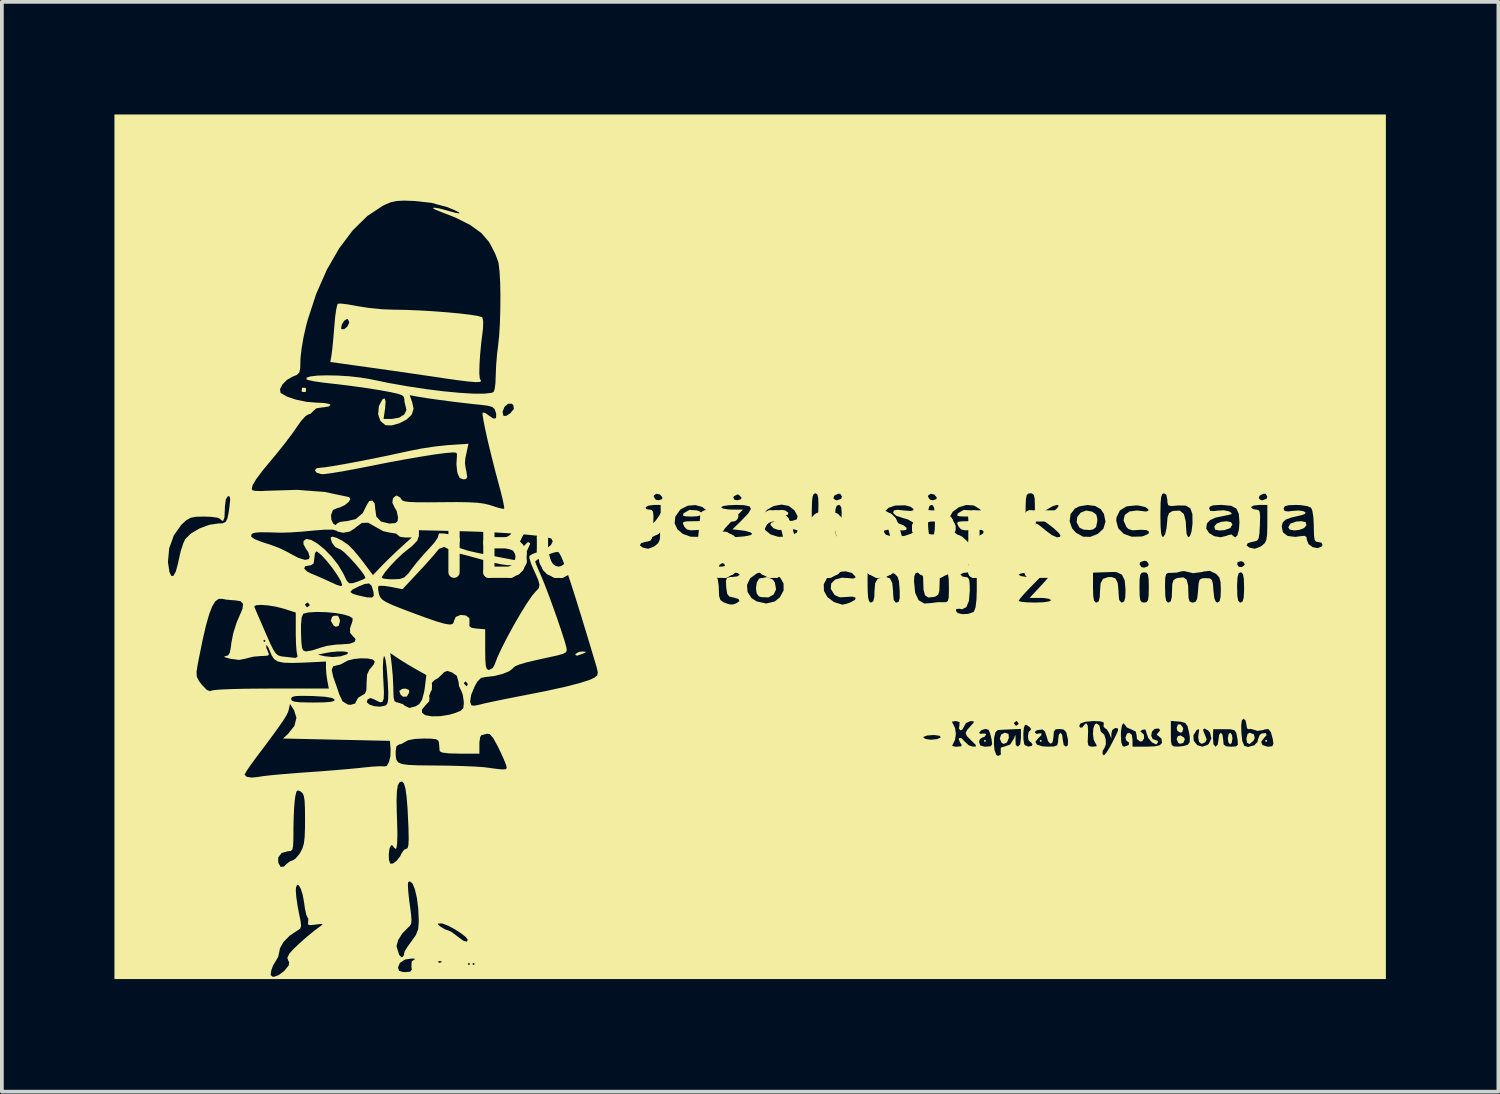
<source format=kicad_pcb>
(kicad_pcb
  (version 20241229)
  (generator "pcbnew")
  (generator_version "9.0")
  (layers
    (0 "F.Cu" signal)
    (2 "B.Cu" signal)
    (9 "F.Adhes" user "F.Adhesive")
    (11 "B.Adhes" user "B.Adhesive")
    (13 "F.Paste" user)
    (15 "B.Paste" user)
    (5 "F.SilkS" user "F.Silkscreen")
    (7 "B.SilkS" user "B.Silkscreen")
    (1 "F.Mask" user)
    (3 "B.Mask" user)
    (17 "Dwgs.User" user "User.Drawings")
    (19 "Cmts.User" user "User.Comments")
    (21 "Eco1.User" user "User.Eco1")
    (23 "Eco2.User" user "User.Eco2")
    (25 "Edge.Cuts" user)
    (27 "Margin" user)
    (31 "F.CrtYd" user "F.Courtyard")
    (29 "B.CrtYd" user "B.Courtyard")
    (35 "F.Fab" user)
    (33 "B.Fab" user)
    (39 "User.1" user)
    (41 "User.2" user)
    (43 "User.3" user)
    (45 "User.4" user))
  (footprint "TB00150008BE"
    (layer "F.Cu")
    (at 16.944 11.523)
    (property "Reference" "TB00150008BE" (at 0 0 0) (layer "F.SilkS") (effects (font (size 1.5 1.5) (thickness 0.3))))
    (attr board_only exclude_from_pos_files exclude_from_bom)
    (fp_poly (pts (xy 6.288 5.173) (xy 6.257 5.204) (xy 6.226 5.173) (xy 6.257 5.142)) (stroke (width 0) (type solid)) (fill yes) (layer "F.SilkS"))
    (fp_poly (pts (xy 7.775 5.173) (xy 7.744 5.204) (xy 7.713 5.173) (xy 7.744 5.142)) (stroke (width 0) (type solid)) (fill yes) (layer "F.SilkS"))
    (fp_poly (pts (xy 13.784 5.173) (xy 13.753 5.204) (xy 13.722 5.173) (xy 13.753 5.142)) (stroke (width 0) (type solid)) (fill yes) (layer "F.SilkS"))
    (fp_poly (pts (xy -11.85 -4.234) (xy -11.836 -4.218) (xy -11.842 -4.137) (xy -11.858 -4.123) (xy -11.939 -4.129) (xy -11.953 -4.145) (xy -11.947 -4.226) (xy -11.931 -4.24)) (stroke (width 0) (type solid)) (fill yes) (layer "F.SilkS"))
    (fp_poly (pts (xy -9.093 3.817) (xy -9.087 3.882) (xy -9.15 3.992) (xy -9.251 3.997) (xy -9.314 3.946) (xy -9.352 3.846) (xy -9.279 3.789) (xy -9.185 3.779)) (stroke (width 0) (type solid)) (fill yes) (layer "F.SilkS"))
    (fp_poly (pts (xy -4.377 2.799) (xy -4.402 2.824) (xy -4.46 2.85) (xy -4.611 2.902) (xy -4.661 2.886) (xy -4.646 2.85) (xy -4.56 2.802) (xy -4.472 2.792)) (stroke (width 0) (type solid)) (fill yes) (layer "F.SilkS"))
    (fp_poly (pts (xy 11.532 4.814) (xy 11.543 4.853) (xy 11.516 4.941) (xy 11.466 4.956) (xy 11.385 4.904) (xy 11.368 4.827) (xy 11.401 4.736) (xy 11.47 4.734)) (stroke (width 0) (type solid)) (fill yes) (layer "F.SilkS"))
    (fp_poly (pts (xy 11.569 5.089) (xy 11.585 5.138) (xy 11.542 5.23) (xy 11.453 5.251) (xy 11.411 5.226) (xy 11.366 5.127) (xy 11.401 5.046) (xy 11.476 5.03)) (stroke (width 0) (type solid)) (fill yes) (layer "F.SilkS"))
    (fp_poly (pts (xy 12.839 5.009) (xy 12.855 5.111) (xy 12.834 5.227) (xy 12.793 5.266) (xy 12.746 5.213) (xy 12.731 5.111) (xy 12.752 4.995) (xy 12.793 4.956)) (stroke (width 0) (type solid)) (fill yes) (layer "F.SilkS"))
    (fp_poly (pts (xy 13.427 5) (xy 13.449 5.102) (xy 13.41 5.176) (xy 13.308 5.259) (xy 13.244 5.225) (xy 13.227 5.111) (xy 13.258 4.988) (xy 13.316 4.956)) (stroke (width 0) (type solid)) (fill yes) (layer "F.SilkS"))
    (fp_poly (pts (xy -10.937 1.941) (xy -10.934 1.989) (xy -10.968 2.11) (xy -11.049 2.133) (xy -11.11 2.091) (xy -11.178 1.97) (xy -11.143 1.868) (xy -11.095 1.838) (xy -10.985 1.837)) (stroke (width 0) (type solid)) (fill yes) (layer "F.SilkS"))
    (fp_poly (pts (xy 6.885 4.987) (xy 6.896 5.091) (xy 6.845 5.215) (xy 6.76 5.255) (xy 6.702 5.226) (xy 6.654 5.114) (xy 6.688 5.006) (xy 6.786 4.956) (xy 6.788 4.956)) (stroke (width 0) (type solid)) (fill yes) (layer "F.SilkS"))
    (fp_poly (pts (xy -1.422 -0.971) (xy -1.368 -0.954) (xy -1.275 -0.896) (xy -1.294 -0.846) (xy -1.414 -0.813) (xy -1.556 -0.805) (xy -1.726 -0.811) (xy -1.793 -0.832) (xy -1.78 -0.88) (xy -1.766 -0.898) (xy -1.62 -0.982)) (stroke (width 0) (type solid)) (fill yes) (layer "F.SilkS"))
    (fp_poly (pts (xy 0.929 -0.969) (xy 1.019 -0.908) (xy 1 -0.851) (xy 0.886 -0.813) (xy 0.774 -0.805) (xy 0.619 -0.819) (xy 0.533 -0.853) (xy 0.527 -0.866) (xy 0.58 -0.926) (xy 0.704 -0.969) (xy 0.847 -0.983)) (stroke (width 0) (type solid)) (fill yes) (layer "F.SilkS"))
    (fp_poly (pts (xy 5.889 -0.971) (xy 5.942 -0.954) (xy 6.036 -0.896) (xy 6.016 -0.846) (xy 5.896 -0.813) (xy 5.754 -0.805) (xy 5.584 -0.811) (xy 5.517 -0.832) (xy 5.531 -0.88) (xy 5.545 -0.898) (xy 5.69 -0.982)) (stroke (width 0) (type solid)) (fill yes) (layer "F.SilkS"))
    (fp_poly (pts (xy 12.814 -0.657) (xy 12.855 -0.599) (xy 12.798 -0.498) (xy 12.638 -0.443) (xy 12.505 -0.434) (xy 12.39 -0.458) (xy 12.371 -0.541) (xy 12.371 -0.542) (xy 12.433 -0.617) (xy 12.558 -0.665) (xy 12.7 -0.68)) (stroke (width 0) (type solid)) (fill yes) (layer "F.SilkS"))
    (fp_poly (pts (xy 14.807 -0.657) (xy 14.826 -0.574) (xy 14.826 -0.573) (xy 14.763 -0.498) (xy 14.638 -0.45) (xy 14.496 -0.435) (xy 14.383 -0.458) (xy 14.342 -0.516) (xy 14.398 -0.617) (xy 14.559 -0.673) (xy 14.692 -0.681)) (stroke (width 0) (type solid)) (fill yes) (layer "F.SilkS"))
    (fp_poly (pts (xy 0.607 0.876) (xy 0.658 0.952) (xy 0.691 1.134) (xy 0.625 1.274) (xy 0.485 1.35) (xy 0.293 1.342) (xy 0.232 1.322) (xy 0.172 1.24) (xy 0.155 1.098) (xy 0.177 0.95) (xy 0.236 0.852) (xy 0.253 0.843) (xy 0.458 0.808)) (stroke (width 0) (type solid)) (fill yes) (layer "F.SilkS"))
    (fp_poly (pts (xy 9.119 -0.935) (xy 9.225 -0.859) (xy 9.254 -0.738) (xy 9.25 -0.666) (xy 9.219 -0.523) (xy 9.138 -0.462) (xy 9.045 -0.446) (xy 8.886 -0.457) (xy 8.781 -0.505) (xy 8.701 -0.651) (xy 8.718 -0.796) (xy 8.81 -0.91) (xy 8.955 -0.965)) (stroke (width 0) (type solid)) (fill yes) (layer "F.SilkS"))
    (fp_poly (pts (xy -7.554 -2.534) (xy -7.592 -2.35) (xy -7.601 -2.224) (xy -7.583 -2.093) (xy -7.562 -1.998) (xy -7.541 -1.86) (xy -7.573 -1.805) (xy -7.643 -1.797) (xy -7.74 -1.831) (xy -7.797 -1.952) (xy -7.81 -2.014) (xy -7.829 -2.198) (xy -7.82 -2.348) (xy -7.819 -2.355) (xy -7.813 -2.468) (xy -7.836 -2.508) (xy -7.926 -2.515) (xy -8.122 -2.498) (xy -8.411 -2.46) (xy -8.777 -2.402) (xy -9.207 -2.328) (xy -9.686 -2.239) (xy -10.191 -2.138) (xy -10.552 -2.068) (xy -10.879 -2.008) (xy -11.15 -1.964) (xy -11.342 -1.938) (xy -11.425 -1.935) (xy -11.557 -1.976) (xy -11.602 -2.04) (xy -11.552 -2.093) (xy -11.46 -2.106) (xy -11.33 -2.119) (xy -11.101 -2.154) (xy -10.796 -2.207) (xy -10.436 -2.274) (xy -10.045 -2.351) (xy -9.645 -2.433) (xy -9.257 -2.517) (xy -9.107 -2.55) (xy -8.774 -2.616) (xy -8.405 -2.672) (xy -8.073 -2.708) (xy -8.029 -2.711) (xy -7.508 -2.745)) (stroke (width 0) (type solid)) (fill yes) (layer "F.SilkS"))
    (fp_poly (pts (xy -10.739 -6.462) (xy -10.516 -6.423) (xy -10.474 -6.415) (xy -10.166 -6.366) (xy -9.813 -6.331) (xy -9.508 -6.319) (xy -9.18 -6.314) (xy -8.818 -6.299) (xy -8.444 -6.277) (xy -8.079 -6.249) (xy -7.746 -6.218) (xy -7.465 -6.185) (xy -7.259 -6.152) (xy -7.149 -6.121) (xy -7.137 -6.112) (xy -7.116 -6.011) (xy -7.119 -5.84) (xy -7.127 -5.761) (xy -7.168 -5.432) (xy -7.198 -5.115) (xy -7.215 -4.836) (xy -7.219 -4.618) (xy -7.207 -4.488) (xy -7.196 -4.464) (xy -7.169 -4.418) (xy -7.205 -4.393) (xy -7.318 -4.388) (xy -7.519 -4.405) (xy -7.82 -4.443) (xy -8.178 -4.494) (xy -8.588 -4.555) (xy -9.068 -4.625) (xy -9.567 -4.697) (xy -10.03 -4.763) (xy -10.148 -4.779) (xy -11.19 -4.925) (xy -11.158 -5.111) (xy -11.139 -5.256) (xy -11.116 -5.484) (xy -11.093 -5.756) (xy -11.088 -5.825) (xy -10.903 -5.825) (xy -10.891 -5.801) (xy -10.82 -5.799) (xy -10.738 -5.867) (xy -10.689 -5.965) (xy -10.687 -5.986) (xy -10.721 -6.063) (xy -10.746 -6.071) (xy -10.82 -6.024) (xy -10.883 -5.922) (xy -10.903 -5.825) (xy -11.088 -5.825) (xy -11.084 -5.871) (xy -11.061 -6.125) (xy -11.032 -6.329) (xy -11.003 -6.454) (xy -10.99 -6.478) (xy -10.908 -6.482)) (stroke (width 0) (type solid)) (fill yes) (layer "F.SilkS"))
    (fp_poly (pts (xy 16.944 -0.000001) (xy 16.944 11.523) (xy -0.000001 11.523) (xy -16.944 11.523) (xy -16.944 11.414) (xy -12.78 11.414) (xy -12.732 11.458) (xy -12.687 11.461) (xy -12.569 11.418) (xy -12.428 11.313) (xy -12.402 11.287) (xy -12.345 11.215) (xy -9.386 11.215) (xy -9.357 11.303) (xy -9.249 11.335) (xy -9.193 11.337) (xy -9.06 11.325) (xy -9.019 11.27) (xy -9.029 11.185) (xy -9.025 11.12) (xy -7.527 11.12) (xy -7.496 11.151) (xy -7.465 11.12) (xy -7.403 11.12) (xy -7.372 11.151) (xy -7.341 11.12) (xy -7.372 11.089) (xy -7.403 11.12) (xy -7.465 11.12) (xy -7.496 11.089) (xy -7.527 11.12) (xy -9.025 11.12) (xy -9.021 11.052) (xy -9.016 11.048) (xy -8.312 11.048) (xy -8.303 11.085) (xy -8.27 11.089) (xy -8.219 11.067) (xy -8.229 11.048) (xy -8.303 11.041) (xy -8.312 11.048) (xy -9.016 11.048) (xy -8.958 11.006) (xy -8.924 10.984) (xy -9.002 10.973) (xy -9.197 11.001) (xy -9.336 11.092) (xy -9.386 11.215) (xy -12.345 11.215) (xy -12.297 11.156) (xy -12.287 11.069) (xy -12.305 11.045) (xy -12.337 10.957) (xy -12.28 10.842) (xy -12.182 10.732) (xy -12.08 10.635) (xy -9.424 10.635) (xy -9.418 10.678) (xy -9.37 10.828) (xy -9.355 10.876) (xy -9.298 10.94) (xy -9.261 10.934) (xy -9.22 10.868) (xy -9.226 10.85) (xy -9.206 10.78) (xy -9.125 10.649) (xy -9.041 10.535) (xy -8.911 10.351) (xy -8.848 10.191) (xy -8.836 10.045) (xy -8.324 10.045) (xy -8.31 10.079) (xy -8.243 10.131) (xy -8.124 10.202) (xy -8.057 10.222) (xy -7.971 10.259) (xy -7.842 10.352) (xy -7.812 10.377) (xy -7.646 10.5) (xy -7.551 10.526) (xy -7.527 10.476) (xy -7.577 10.404) (xy -7.704 10.304) (xy -7.872 10.195) (xy -8.045 10.102) (xy -8.187 10.046) (xy -8.235 10.038) (xy -8.324 10.045) (xy -8.836 10.045) (xy -8.832 9.993) (xy -8.832 9.95) (xy -8.848 9.629) (xy -8.885 9.347) (xy -8.938 9.122) (xy -9.001 8.973) (xy -9.07 8.917) (xy -9.113 8.937) (xy -9.122 9.012) (xy -9.114 9.179) (xy -9.089 9.408) (xy -9.075 9.515) (xy -9.04 9.776) (xy -9.026 9.942) (xy -9.035 10.043) (xy -9.07 10.106) (xy -9.122 10.154) (xy -9.273 10.309) (xy -9.381 10.482) (xy -9.424 10.635) (xy -12.08 10.635) (xy -12.017 10.575) (xy -11.819 10.399) (xy -11.618 10.234) (xy -11.454 10.112) (xy -11.395 10.064) (xy -11.426 10.051) (xy -11.561 10.067) (xy -11.578 10.07) (xy -11.731 10.086) (xy -11.789 10.065) (xy -11.782 10.011) (xy -11.776 9.912) (xy -11.796 9.885) (xy -11.83 9.811) (xy -11.865 9.651) (xy -11.889 9.485) (xy -11.926 9.277) (xy -11.976 9.118) (xy -12.031 9.023) (xy -12.077 9.009) (xy -12.106 9.089) (xy -12.109 9.177) (xy -12.095 9.351) (xy -12.06 9.588) (xy -12.024 9.775) (xy -11.981 9.986) (xy -11.969 10.109) (xy -11.992 10.177) (xy -12.052 10.221) (xy -12.072 10.231) (xy -12.277 10.369) (xy -12.441 10.538) (xy -12.534 10.705) (xy -12.545 10.771) (xy -12.58 10.931) (xy -12.633 11.022) (xy -12.715 11.157) (xy -12.764 11.291) (xy -12.78 11.414) (xy -16.944 11.414) (xy -16.944 8.28) (xy -12.579 8.28) (xy -12.577 8.422) (xy -12.514 8.533) (xy -12.428 8.524) (xy -12.359 8.456) (xy -12.256 8.378) (xy -12.202 8.363) (xy -12.121 8.315) (xy -12.019 8.195) (xy -12.016 8.191) (xy -9.632 8.191) (xy -9.627 8.344) (xy -9.595 8.443) (xy -9.592 8.446) (xy -9.521 8.443) (xy -9.422 8.368) (xy -9.33 8.253) (xy -9.29 8.169) (xy -9.222 8.073) (xy -9.169 8.054) (xy -9.13 8.03) (xy -9.108 7.946) (xy -9.101 7.783) (xy -9.106 7.522) (xy -9.11 7.419) (xy -9.131 6.985) (xy -9.157 6.664) (xy -9.188 6.443) (xy -9.227 6.312) (xy -9.274 6.259) (xy -9.289 6.257) (xy -9.35 6.281) (xy -9.391 6.362) (xy -9.415 6.515) (xy -9.424 6.755) (xy -9.418 7.097) (xy -9.411 7.289) (xy -9.402 7.654) (xy -9.408 7.903) (xy -9.428 8.033) (xy -9.446 8.054) (xy -9.507 8.006) (xy -9.51 7.988) (xy -9.547 7.951) (xy -9.571 7.961) (xy -9.613 8.044) (xy -9.632 8.191) (xy -12.016 8.191) (xy -11.993 8.155) (xy -11.934 8.042) (xy -11.895 7.912) (xy -11.874 7.737) (xy -11.865 7.487) (xy -11.864 7.271) (xy -11.866 6.969) (xy -11.876 6.766) (xy -11.896 6.64) (xy -11.931 6.566) (xy -11.98 6.524) (xy -12.052 6.492) (xy -12.094 6.527) (xy -12.123 6.652) (xy -12.135 6.735) (xy -12.153 6.932) (xy -12.166 7.202) (xy -12.173 7.495) (xy -12.173 7.567) (xy -12.175 7.828) (xy -12.184 7.99) (xy -12.206 8.076) (xy -12.248 8.11) (xy -12.317 8.116) (xy -12.321 8.116) (xy -12.487 8.162) (xy -12.579 8.28) (xy -16.944 8.28) (xy -16.944 6.075) (xy -13.474 6.075) (xy -13.42 6.131) (xy -13.283 6.152) (xy -13.097 6.133) (xy -13.072 6.127) (xy -12.949 6.109) (xy -12.727 6.085) (xy -12.432 6.058) (xy -12.089 6.03) (xy -11.833 6.012) (xy -11.439 5.984) (xy -11.047 5.953) (xy -10.691 5.922) (xy -10.406 5.895) (xy -10.293 5.882) (xy -10.057 5.859) (xy -9.869 5.849) (xy -9.763 5.853) (xy -9.754 5.857) (xy -9.686 5.842) (xy -9.627 5.738) (xy -9.588 5.578) (xy -9.585 5.447) (xy -9.448 5.447) (xy -9.446 5.582) (xy -9.428 5.681) (xy -9.379 5.748) (xy -9.279 5.791) (xy -9.113 5.814) (xy -8.863 5.825) (xy -8.511 5.829) (xy -8.372 5.83) (xy -8.002 5.835) (xy -7.647 5.845) (xy -7.338 5.858) (xy -7.107 5.874) (xy -7.031 5.883) (xy -6.765 5.919) (xy -6.6 5.935) (xy -6.515 5.929) (xy -6.489 5.897) (xy -6.5 5.836) (xy -6.509 5.808) (xy -6.559 5.68) (xy -6.646 5.487) (xy -6.733 5.307) (xy -6.734 5.307) (xy 5.381 5.307) (xy 5.455 5.327) (xy 5.509 5.328) (xy 5.625 5.318) (xy 5.637 5.278) (xy 5.605 5.233) (xy 5.561 5.137) (xy 5.574 5.094) (xy 5.637 5.105) (xy 5.714 5.188) (xy 5.83 5.294) (xy 5.939 5.328) (xy 6.017 5.321) (xy 6.015 5.285) (xy 5.927 5.195) (xy 5.9 5.17) (xy 5.777 5.047) (xy 5.742 4.962) (xy 5.743 4.961) (xy 6.102 4.961) (xy 6.148 4.989) (xy 6.195 4.979) (xy 6.275 4.981) (xy 6.288 5.011) (xy 6.238 5.072) (xy 6.195 5.08) (xy 6.119 5.132) (xy 6.102 5.204) (xy 6.132 5.295) (xy 6.241 5.327) (xy 6.286 5.328) (xy 6.41 5.318) (xy 6.45 5.263) (xy 6.449 5.255) (xy 6.496 5.255) (xy 6.514 5.422) (xy 6.557 5.542) (xy 6.607 5.576) (xy 6.682 5.539) (xy 6.678 5.452) (xy 6.68 5.353) (xy 6.769 5.328) (xy 6.928 5.272) (xy 7.035 5.104) (xy 7.053 5.049) (xy 7.072 5.017) (xy 7.073 5.093) (xy 7.071 5.126) (xy 7.079 5.282) (xy 7.135 5.328) (xy 7.196 5.27) (xy 7.217 5.099) (xy 7.217 5.092) (xy 7.217 4.971) (xy 7.281 4.971) (xy 7.284 5.132) (xy 7.304 5.256) (xy 7.321 5.287) (xy 7.411 5.326) (xy 7.501 5.309) (xy 7.527 5.266) (xy 7.48 5.206) (xy 7.465 5.204) (xy 7.419 5.151) (xy 7.403 5.049) (xy 7.421 4.954) (xy 7.589 4.954) (xy 7.634 4.988) (xy 7.682 4.979) (xy 7.763 4.971) (xy 7.76 5.023) (xy 7.674 5.109) (xy 7.672 5.11) (xy 7.602 5.2) (xy 7.643 5.273) (xy 7.784 5.318) (xy 7.933 5.328) (xy 8.103 5.322) (xy 8.183 5.29) (xy 8.207 5.209) (xy 8.209 5.142) (xy 8.226 5.011) (xy 8.27 4.956) (xy 8.27 4.956) (xy 8.314 5.01) (xy 8.332 5.14) (xy 8.332 5.142) (xy 8.357 5.283) (xy 8.416 5.328) (xy 8.467 5.292) (xy 8.472 5.171) (xy 8.461 5.095) (xy 8.423 4.94) (xy 8.357 4.873) (xy 8.254 4.857) (xy 8.139 4.866) (xy 8.093 4.931) (xy 8.085 5.063) (xy 8.061 5.211) (xy 8.005 5.251) (xy 7.941 5.186) (xy 7.898 5.044) (xy 7.853 4.918) (xy 7.79 4.869) (xy 7.649 4.888) (xy 7.595 4.922) (xy 7.589 4.954) (xy 7.421 4.954) (xy 7.425 4.933) (xy 7.468 4.894) (xy 7.488 4.859) (xy 7.452 4.808) (xy 7.407 4.777) (xy 8.77 4.777) (xy 8.799 4.821) (xy 8.856 4.815) (xy 8.873 4.786) (xy 8.938 4.714) (xy 8.963 4.708) (xy 8.997 4.765) (xy 9.008 4.916) (xy 9.004 5.018) (xy 8.996 5.201) (xy 9.013 5.293) (xy 9.069 5.325) (xy 9.135 5.328) (xy 9.235 5.316) (xy 9.227 5.27) (xy 9.212 5.253) (xy 9.157 5.144) (xy 9.136 4.99) (xy 9.147 4.838) (xy 9.189 4.731) (xy 9.231 4.708) (xy 9.306 4.76) (xy 9.324 4.832) (xy 9.347 4.933) (xy 9.379 4.956) (xy 9.438 5.009) (xy 9.475 5.129) (xy 9.482 5.262) (xy 9.451 5.349) (xy 9.398 5.437) (xy 9.389 5.521) (xy 9.423 5.555) (xy 9.445 5.546) (xy 9.505 5.473) (xy 9.594 5.326) (xy 9.662 5.196) (xy 9.751 5.018) (xy 9.881 5.018) (xy 9.892 5.215) (xy 9.928 5.311) (xy 9.97 5.328) (xy 10.076 5.29) (xy 10.098 5.266) (xy 10.093 5.209) (xy 10.071 5.204) (xy 10.017 5.152) (xy 10.005 5.08) (xy 10.044 4.979) (xy 10.098 4.956) (xy 10.172 5.012) (xy 10.191 5.142) (xy 10.191 5.328) (xy 10.565 5.328) (xy 10.789 5.319) (xy 10.917 5.29) (xy 10.975 5.232) (xy 10.977 5.227) (xy 10.963 5.115) (xy 10.906 5.065) (xy 10.835 5.007) (xy 10.852 4.984) (xy 11.213 4.984) (xy 11.216 5.18) (xy 11.236 5.282) (xy 11.29 5.321) (xy 11.393 5.327) (xy 11.399 5.327) (xy 11.561 5.309) (xy 11.668 5.273) (xy 11.716 5.204) (xy 11.717 5.066) (xy 11.71 5.027) (xy 11.813 5.027) (xy 11.825 5.172) (xy 11.915 5.287) (xy 12.05 5.328) (xy 12.18 5.286) (xy 12.223 5.253) (xy 12.293 5.108) (xy 12.29 5.096) (xy 12.335 5.096) (xy 12.349 5.264) (xy 12.402 5.328) (xy 12.406 5.328) (xy 12.462 5.273) (xy 12.483 5.142) (xy 12.501 5.011) (xy 12.544 4.956) (xy 12.545 4.956) (xy 12.589 5.01) (xy 12.607 5.14) (xy 12.607 5.142) (xy 12.62 5.269) (xy 12.685 5.319) (xy 12.814 5.328) (xy 12.948 5.321) (xy 12.999 5.277) (xy 12.993 5.159) (xy 12.983 5.095) (xy 12.955 4.957) (xy 12.906 4.888) (xy 12.798 4.865) (xy 12.644 4.863) (xy 12.342 4.863) (xy 12.335 5.096) (xy 12.29 5.096) (xy 12.257 4.955) (xy 12.203 4.893) (xy 12.104 4.841) (xy 12.07 4.882) (xy 12.114 4.999) (xy 12.121 5.01) (xy 12.168 5.132) (xy 12.131 5.209) (xy 12.034 5.255) (xy 11.964 5.201) (xy 11.942 5.069) (xy 11.95 5.003) (xy 11.968 4.881) (xy 11.943 4.86) (xy 11.895 4.894) (xy 11.813 5.027) (xy 11.71 5.027) (xy 11.697 4.949) (xy 11.656 4.78) (xy 11.642 4.761) (xy 13.088 4.761) (xy 13.093 4.956) (xy 13.118 5.184) (xy 13.171 5.306) (xy 13.27 5.336) (xy 13.431 5.293) (xy 13.438 5.29) (xy 13.521 5.204) (xy 13.536 5.133) (xy 13.58 5.017) (xy 13.632 4.977) (xy 13.743 4.965) (xy 13.765 5.02) (xy 13.693 5.102) (xy 13.619 5.201) (xy 13.654 5.284) (xy 13.784 5.327) (xy 13.817 5.328) (xy 13.917 5.315) (xy 13.946 5.25) (xy 13.929 5.126) (xy 13.878 4.937) (xy 13.807 4.857) (xy 13.703 4.872) (xy 13.681 4.883) (xy 13.519 4.909) (xy 13.457 4.886) (xy 13.34 4.853) (xy 13.288 4.863) (xy 13.243 4.841) (xy 13.227 4.743) (xy 13.201 4.625) (xy 13.149 4.584) (xy 13.105 4.626) (xy 13.088 4.761) (xy 11.642 4.761) (xy 11.597 4.697) (xy 11.489 4.665) (xy 11.428 4.659) (xy 11.213 4.641) (xy 11.213 4.984) (xy 10.852 4.984) (xy 10.875 4.955) (xy 10.879 4.952) (xy 10.929 4.887) (xy 10.887 4.843) (xy 10.783 4.853) (xy 10.782 4.854) (xy 10.708 4.928) (xy 10.689 5.036) (xy 10.727 5.123) (xy 10.78 5.142) (xy 10.862 5.175) (xy 10.872 5.204) (xy 10.829 5.264) (xy 10.815 5.266) (xy 10.709 5.215) (xy 10.611 5.097) (xy 10.563 4.964) (xy 10.563 4.954) (xy 10.534 4.869) (xy 10.457 4.876) (xy 10.398 4.919) (xy 10.426 4.942) (xy 10.494 5.009) (xy 10.499 5.108) (xy 10.45 5.183) (xy 10.392 5.191) (xy 10.308 5.123) (xy 10.302 5.039) (xy 10.279 4.928) (xy 10.163 4.869) (xy 10.045 4.82) (xy 10.005 4.769) (xy 9.958 4.71) (xy 9.943 4.708) (xy 9.908 4.764) (xy 9.885 4.906) (xy 9.881 5.018) (xy 9.751 5.018) (xy 9.759 5.002) (xy 9.805 4.893) (xy 9.804 4.845) (xy 9.76 4.833) (xy 9.726 4.832) (xy 9.65 4.885) (xy 9.629 4.972) (xy 9.626 5.111) (xy 9.57 4.972) (xy 9.504 4.864) (xy 9.452 4.832) (xy 9.416 4.787) (xy 9.425 4.739) (xy 9.424 4.683) (xy 9.348 4.655) (xy 9.175 4.646) (xy 9.148 4.646) (xy 8.935 4.664) (xy 8.804 4.71) (xy 8.77 4.777) (xy 7.407 4.777) (xy 7.365 4.748) (xy 7.326 4.749) (xy 7.295 4.825) (xy 7.281 4.971) (xy 7.217 4.971) (xy 7.217 4.855) (xy 6.954 4.866) (xy 6.767 4.875) (xy 6.623 4.884) (xy 6.598 4.886) (xy 6.537 4.945) (xy 6.503 5.082) (xy 6.496 5.255) (xy 6.449 5.255) (xy 6.433 5.126) (xy 6.395 4.973) (xy 6.354 4.879) (xy 6.352 4.877) (xy 6.268 4.855) (xy 6.161 4.889) (xy 6.103 4.954) (xy 6.102 4.961) (xy 5.743 4.961) (xy 5.792 4.87) (xy 5.865 4.79) (xy 5.938 4.708) (xy 7.031 4.708) (xy 7.079 4.768) (xy 7.093 4.77) (xy 7.154 4.723) (xy 7.155 4.708) (xy 7.108 4.648) (xy 7.093 4.646) (xy 7.033 4.693) (xy 7.031 4.708) (xy 5.938 4.708) (xy 5.954 4.691) (xy 5.958 4.653) (xy 5.881 4.646) (xy 5.872 4.646) (xy 5.751 4.7) (xy 5.713 4.77) (xy 5.656 4.871) (xy 5.608 4.894) (xy 5.564 4.847) (xy 5.576 4.77) (xy 5.582 4.675) (xy 5.496 4.647) (xy 5.474 4.646) (xy 5.381 4.659) (xy 5.397 4.709) (xy 5.408 4.721) (xy 5.462 4.833) (xy 5.483 4.987) (xy 5.46 5.147) (xy 5.408 5.253) (xy 5.381 5.307) (xy -6.734 5.307) (xy -6.849 5.098) (xy -6.865 5.08) (xy 4.615 5.08) (xy 4.67 5.121) (xy 4.803 5.142) (xy 4.829 5.142) (xy 4.983 5.126) (xy 5.076 5.085) (xy 5.08 5.08) (xy 5.052 5.039) (xy 4.921 5.019) (xy 4.867 5.018) (xy 4.71 5.032) (xy 4.622 5.066) (xy 4.615 5.08) (xy -6.865 5.08) (xy -6.939 4.995) (xy -7.009 4.982) (xy -7.126 5.014) (xy -7.16 5.018) (xy -7.196 5.073) (xy -7.216 5.21) (xy -7.217 5.266) (xy -7.217 5.514) (xy -7.744 5.514) (xy -8.026 5.507) (xy -8.198 5.487) (xy -8.272 5.451) (xy -8.277 5.436) (xy -8.287 5.311) (xy -8.293 5.235) (xy -8.311 5.167) (xy -8.372 5.13) (xy -8.505 5.114) (xy -8.699 5.111) (xy -8.94 5.123) (xy -9.113 5.156) (xy -9.175 5.188) (xy -9.296 5.257) (xy -9.35 5.266) (xy -9.427 5.316) (xy -9.448 5.447) (xy -9.585 5.447) (xy -9.583 5.403) (xy -9.602 5.173) (xy -11.026 5.142) (xy -12.45 5.111) (xy -12.316 4.986) (xy -12.147 4.773) (xy -12.093 4.558) (xy -12.136 4.422) (xy -8.747 4.422) (xy -8.661 4.488) (xy -8.489 4.519) (xy -8.265 4.516) (xy -8.021 4.477) (xy -7.868 4.433) (xy -7.712 4.369) (xy -7.644 4.297) (xy -7.632 4.175) (xy -7.634 4.132) (xy -7.464 4.132) (xy -7.429 4.228) (xy -7.352 4.236) (xy -7.211 4.208) (xy -7.197 4.204) (xy -7.069 4.172) (xy -6.845 4.124) (xy -6.552 4.063) (xy -6.217 3.997) (xy -6.04 3.963) (xy -5.427 3.842) (xy -4.926 3.731) (xy -4.54 3.632) (xy -4.271 3.545) (xy -4.152 3.49) (xy -4.077 3.429) (xy -4.061 3.345) (xy -4.096 3.193) (xy -4.1 3.18) (xy -4.315 2.464) (xy -4.499 1.859) (xy -4.547 1.706) (xy 5.483 1.706) (xy 5.535 1.768) (xy 5.659 1.796) (xy 5.809 1.789) (xy 5.937 1.745) (xy 5.966 1.722) (xy 6.006 1.618) (xy 6.032 1.415) (xy 6.04 1.165) (xy 6.04 0.743) (xy 7.155 0.743) (xy 7.155 0.743) (xy 7.211 0.78) (xy 7.352 0.802) (xy 7.447 0.805) (xy 7.739 0.805) (xy 7.447 1.102) (xy 7.3 1.258) (xy 7.195 1.38) (xy 7.155 1.442) (xy 7.212 1.464) (xy 7.361 1.48) (xy 7.572 1.487) (xy 7.589 1.487) (xy 7.811 1.479) (xy 7.965 1.457) (xy 8.023 1.425) (xy 8.023 1.425) (xy 7.967 1.388) (xy 7.826 1.366) (xy 7.735 1.363) (xy 7.448 1.363) (xy 7.735 1.056) (xy 7.88 0.897) (xy 7.983 0.775) (xy 8.023 0.715) (xy 8.023 0.715) (xy 7.966 0.699) (xy 7.857 0.69) (xy 9.138 0.69) (xy 9.138 1.088) (xy 9.144 1.313) (xy 9.167 1.437) (xy 9.211 1.484) (xy 9.231 1.487) (xy 9.29 1.453) (xy 9.318 1.336) (xy 9.324 1.184) (xy 9.341 0.972) (xy 9.405 0.855) (xy 9.538 0.81) (xy 9.632 0.805) (xy 9.737 0.844) (xy 9.797 0.968) (xy 9.819 1.195) (xy 9.819 1.244) (xy 9.835 1.414) (xy 9.888 1.483) (xy 9.912 1.487) (xy 9.969 1.456) (xy 9.998 1.347) (xy 10.005 1.154) (xy 9.999 1.084) (xy 10.377 1.084) (xy 10.381 1.302) (xy 10.398 1.424) (xy 10.437 1.476) (xy 10.501 1.487) (xy 10.568 1.474) (xy 10.605 1.418) (xy 10.621 1.292) (xy 10.625 1.088) (xy 11.058 1.088) (xy 11.065 1.313) (xy 11.087 1.437) (xy 11.131 1.484) (xy 11.151 1.487) (xy 11.21 1.454) (xy 11.238 1.338) (xy 11.244 1.178) (xy 11.251 0.991) (xy 11.282 0.892) (xy 11.352 0.844) (xy 11.396 0.832) (xy 11.546 0.816) (xy 11.633 0.875) (xy 11.672 1.026) (xy 11.678 1.181) (xy 11.685 1.366) (xy 11.713 1.457) (xy 11.776 1.486) (xy 11.798 1.487) (xy 11.871 1.468) (xy 11.912 1.392) (xy 11.933 1.23) (xy 11.938 1.162) (xy 11.953 0.972) (xy 11.982 0.876) (xy 12.046 0.841) (xy 12.142 0.836) (xy 12.251 0.843) (xy 12.308 0.885) (xy 12.335 0.993) (xy 12.347 1.162) (xy 12.371 1.369) (xy 12.414 1.47) (xy 12.455 1.487) (xy 12.51 1.453) (xy 12.538 1.336) (xy 12.545 1.148) (xy 12.543 1.084) (xy 12.979 1.084) (xy 12.985 1.31) (xy 13.007 1.436) (xy 13.051 1.484) (xy 13.072 1.487) (xy 13.124 1.46) (xy 13.153 1.364) (xy 13.164 1.176) (xy 13.165 1.084) (xy 13.158 0.858) (xy 13.136 0.733) (xy 13.093 0.684) (xy 13.072 0.681) (xy 13.02 0.708) (xy 12.991 0.804) (xy 12.979 0.993) (xy 12.979 1.084) (xy 12.543 1.084) (xy 12.537 0.941) (xy 12.504 0.817) (xy 12.431 0.735) (xy 12.391 0.707) (xy 12.246 0.642) (xy 12.091 0.659) (xy 12.048 0.673) (xy 11.802 0.704) (xy 11.701 0.679) (xy 11.562 0.647) (xy 11.478 0.659) (xy 11.371 0.688) (xy 11.235 0.695) (xy 11.14 0.697) (xy 11.087 0.728) (xy 11.064 0.817) (xy 11.058 0.991) (xy 11.058 1.088) (xy 10.625 1.088) (xy 10.625 1.084) (xy 10.621 0.866) (xy 10.604 0.745) (xy 10.565 0.692) (xy 10.501 0.681) (xy 10.434 0.694) (xy 10.396 0.75) (xy 10.38 0.877) (xy 10.377 1.084) (xy 9.999 1.084) (xy 9.983 0.898) (xy 9.909 0.744) (xy 9.773 0.678) (xy 9.681 0.672) (xy 9.515 0.677) (xy 9.339 0.683) (xy 9.138 0.69) (xy 7.857 0.69) (xy 7.817 0.687) (xy 7.606 0.681) (xy 7.589 0.681) (xy 7.367 0.69) (xy 7.213 0.712) (xy 7.155 0.743) (xy 6.04 0.743) (xy 6.04 0.681) (xy 5.823 0.681) (xy 5.68 0.697) (xy 5.608 0.735) (xy 5.607 0.743) (xy 5.658 0.794) (xy 5.73 0.805) (xy 5.8 0.819) (xy 5.838 0.88) (xy 5.852 1.016) (xy 5.854 1.169) (xy 5.831 1.445) (xy 5.761 1.611) (xy 5.648 1.666) (xy 5.576 1.651) (xy 5.496 1.659) (xy 5.483 1.706) (xy -4.547 1.706) (xy -4.655 1.359) (xy -4.784 0.956) (xy -4.854 0.748) (xy -0.959 0.748) (xy -0.914 0.78) (xy -0.864 0.864) (xy -0.838 1.04) (xy -0.836 1.122) (xy -0.828 1.314) (xy -0.792 1.42) (xy -0.714 1.478) (xy -0.697 1.485) (xy -0.557 1.535) (xy -0.464 1.539) (xy -0.377 1.511) (xy -0.286 1.449) (xy -0.311 1.391) (xy -0.444 1.352) (xy -0.449 1.352) (xy -0.558 1.325) (xy -0.612 1.254) (xy -0.636 1.102) (xy -0.639 1.069) (xy -0.641 1.015) (xy -0.083 1.015) (xy -0.071 1.202) (xy 0.036 1.368) (xy 0.173 1.456) (xy 0.429 1.512) (xy 0.656 1.457) (xy 0.79 1.35) (xy 0.892 1.162) (xy 0.89 0.999) (xy 1.961 0.999) (xy 1.967 1.177) (xy 2.061 1.344) (xy 2.236 1.475) (xy 2.459 1.543) (xy 2.542 1.527) (xy 2.66 1.488) (xy 2.794 1.416) (xy 2.813 1.357) (xy 2.725 1.328) (xy 2.582 1.337) (xy 2.389 1.347) (xy 2.262 1.291) (xy 2.241 1.272) (xy 2.148 1.119) (xy 2.161 0.979) (xy 2.246 0.893) (xy 3.129 0.893) (xy 3.132 1.175) (xy 3.144 1.354) (xy 3.168 1.45) (xy 3.207 1.485) (xy 3.221 1.487) (xy 3.28 1.453) (xy 3.309 1.336) (xy 3.314 1.184) (xy 3.331 0.972) (xy 3.396 0.855) (xy 3.528 0.81) (xy 3.623 0.805) (xy 3.727 0.844) (xy 3.788 0.968) (xy 3.81 1.195) (xy 3.81 1.244) (xy 3.825 1.413) (xy 3.876 1.482) (xy 3.906 1.487) (xy 3.96 1.464) (xy 3.985 1.377) (xy 3.987 1.2) (xy 3.983 1.131) (xy 3.966 0.925) (xy 4.368 0.925) (xy 4.398 1.228) (xy 4.49 1.424) (xy 4.642 1.513) (xy 4.832 1.499) (xy 4.99 1.478) (xy 5.126 1.477) (xy 5.218 1.478) (xy 5.269 1.448) (xy 5.291 1.36) (xy 5.297 1.185) (xy 5.297 1.085) (xy 5.293 0.867) (xy 5.276 0.745) (xy 5.237 0.692) (xy 5.173 0.681) (xy 5.098 0.698) (xy 5.061 0.767) (xy 5.05 0.92) (xy 5.049 0.99) (xy 5.042 1.177) (xy 5.011 1.277) (xy 4.941 1.324) (xy 4.898 1.337) (xy 4.747 1.352) (xy 4.66 1.293) (xy 4.621 1.142) (xy 4.615 0.988) (xy 4.609 0.803) (xy 4.58 0.712) (xy 4.518 0.683) (xy 4.491 0.681) (xy 4.41 0.703) (xy 4.374 0.788) (xy 4.368 0.925) (xy 3.966 0.925) (xy 3.966 0.923) (xy 3.931 0.802) (xy 3.863 0.731) (xy 3.8 0.697) (xy 3.597 0.651) (xy 3.479 0.678) (xy 3.369 0.708) (xy 3.321 0.663) (xy 3.303 0.544) (xy 3.286 0.479) (xy 5.815 0.479) (xy 5.835 0.518) (xy 5.934 0.558) (xy 6.02 0.521) (xy 6.04 0.465) (xy 10.377 0.465) (xy 10.428 0.54) (xy 10.501 0.558) (xy 10.602 0.519) (xy 10.625 0.465) (xy 12.979 0.465) (xy 13.022 0.534) (xy 13.109 0.541) (xy 13.177 0.485) (xy 13.183 0.465) (xy 13.143 0.404) (xy 13.087 0.384) (xy 12.995 0.408) (xy 12.979 0.465) (xy 10.625 0.465) (xy 10.573 0.389) (xy 10.501 0.372) (xy 10.4 0.41) (xy 10.377 0.465) (xy 6.04 0.465) (xy 5.993 0.382) (xy 5.951 0.372) (xy 5.85 0.406) (xy 5.815 0.479) (xy 3.286 0.479) (xy 3.267 0.401) (xy 3.207 0.325) (xy 3.206 0.325) (xy 3.168 0.345) (xy 3.144 0.444) (xy 3.132 0.638) (xy 3.129 0.893) (xy 2.246 0.893) (xy 2.265 0.874) (xy 2.443 0.825) (xy 2.587 0.832) (xy 2.748 0.847) (xy 2.807 0.821) (xy 2.805 0.795) (xy 2.714 0.699) (xy 2.548 0.655) (xy 2.346 0.671) (xy 2.238 0.705) (xy 2.049 0.833) (xy 1.961 0.999) (xy 0.89 0.999) (xy 0.89 0.98) (xy 0.802 0.823) (xy 0.648 0.71) (xy 0.446 0.662) (xy 0.215 0.698) (xy 0.176 0.712) (xy -0.0003 0.84) (xy -0.083 1.015) (xy -0.641 1.015) (xy -0.645 0.904) (xy -0.618 0.828) (xy -0.535 0.806) (xy -0.468 0.805) (xy -0.336 0.788) (xy -0.279 0.745) (xy -0.279 0.743) (xy -0.333 0.7) (xy -0.462 0.681) (xy -0.465 0.681) (xy -0.601 0.662) (xy -0.649 0.59) (xy -0.65 0.558) (xy -0.689 0.457) (xy -0.743 0.434) (xy -0.82 0.485) (xy -0.836 0.552) (xy -0.872 0.669) (xy -0.914 0.707) (xy -0.959 0.748) (xy -4.854 0.748) (xy -4.89 0.642) (xy -4.974 0.411) (xy -5.04 0.254) (xy -5.09 0.165) (xy -5.124 0.136) (xy -5.218 0.15) (xy -5.368 0.201) (xy -5.531 0.27) (xy -5.666 0.34) (xy -5.73 0.392) (xy -5.73 0.396) (xy -5.707 0.46) (xy -5.647 0.604) (xy -5.569 0.782) (xy -5.482 0.993) (xy -5.374 1.275) (xy -5.256 1.596) (xy -5.139 1.927) (xy -5.034 2.236) (xy -4.951 2.493) (xy -4.902 2.666) (xy -4.901 2.673) (xy -4.888 2.756) (xy -4.91 2.812) (xy -4.99 2.855) (xy -5.151 2.899) (xy -5.344 2.941) (xy -5.708 3.022) (xy -5.969 3.084) (xy -6.145 3.135) (xy -6.253 3.179) (xy -6.313 3.222) (xy -6.332 3.248) (xy -6.427 3.32) (xy -6.602 3.39) (xy -6.815 3.444) (xy -7.024 3.469) (xy -7.046 3.469) (xy -7.171 3.495) (xy -7.269 3.591) (xy -7.34 3.715) (xy -7.437 3.95) (xy -7.464 4.132) (xy -7.634 4.132) (xy -7.635 4.112) (xy -7.66 3.943) (xy -7.704 3.827) (xy -7.712 3.817) (xy -7.76 3.711) (xy -7.77 3.631) (xy -7.63 3.631) (xy -7.62 3.655) (xy -7.564 3.714) (xy -7.554 3.717) (xy -7.528 3.669) (xy -7.527 3.655) (xy -7.575 3.596) (xy -7.593 3.593) (xy -7.63 3.631) (xy -7.77 3.631) (xy -7.775 3.591) (xy -7.818 3.441) (xy -7.942 3.351) (xy -8.072 3.308) (xy -8.158 3.342) (xy -8.205 3.394) (xy -8.324 3.504) (xy -8.409 3.551) (xy -8.485 3.625) (xy -8.479 3.685) (xy -8.484 3.81) (xy -8.517 3.87) (xy -8.558 3.979) (xy -8.546 4.033) (xy -8.556 4.121) (xy -8.643 4.213) (xy -8.745 4.334) (xy -8.747 4.422) (xy -12.136 4.422) (xy -12.156 4.355) (xy -12.158 4.352) (xy -12.266 4.187) (xy -12.297 4.339) (xy -12.319 4.409) (xy -12.363 4.499) (xy -12.44 4.624) (xy -12.559 4.796) (xy -12.728 5.03) (xy -12.956 5.337) (xy -13.177 5.63) (xy -13.316 5.821) (xy -13.421 5.975) (xy -13.472 6.065) (xy -13.474 6.075) (xy -16.944 6.075) (xy -16.944 4.055) (xy -12.235 4.055) (xy -12.216 4.101) (xy -12.144 4.129) (xy -11.997 4.145) (xy -11.756 4.15) (xy -11.642 4.151) (xy -11.353 4.147) (xy -11.173 4.133) (xy -11.086 4.107) (xy -11.074 4.073) (xy -11.146 4.029) (xy -11.331 3.998) (xy -11.635 3.979) (xy -11.667 3.978) (xy -11.94 3.973) (xy -12.11 3.979) (xy -12.201 4) (xy -12.234 4.038) (xy -12.235 4.055) (xy -16.944 4.055) (xy -16.944 3.336) (xy -14.756 3.336) (xy -14.748 3.465) (xy -14.688 3.58) (xy -14.612 3.681) (xy -14.48 3.818) (xy -14.392 3.849) (xy -14.377 3.839) (xy -14.298 3.821) (xy -14.107 3.805) (xy -13.819 3.793) (xy -13.445 3.784) (xy -12.999 3.78) (xy -12.773 3.779) (xy -11.229 3.779) (xy -11.267 3.585) (xy -11.296 3.387) (xy -11.303 3.283) (xy -11.152 3.283) (xy -11.115 3.46) (xy -11.086 3.543) (xy -11.018 3.735) (xy -10.964 3.895) (xy -10.952 3.934) (xy -10.862 4.122) (xy -10.723 4.205) (xy -10.648 4.213) (xy -10.529 4.178) (xy -10.513 4.145) (xy -10.217 4.145) (xy -10.144 4.207) (xy -10.016 4.249) (xy -9.868 4.262) (xy -9.734 4.235) (xy -9.704 4.22) (xy -9.667 4.17) (xy -9.648 4.066) (xy -9.645 3.888) (xy -9.658 3.614) (xy -9.666 3.502) (xy -9.69 3.219) (xy -9.717 3.021) (xy -9.744 2.922) (xy -9.763 2.92) (xy -9.781 3.016) (xy -9.789 3.202) (xy -9.783 3.447) (xy -9.776 3.577) (xy -9.761 3.866) (xy -9.767 4.047) (xy -9.8 4.135) (xy -9.867 4.145) (xy -9.976 4.092) (xy -10.004 4.075) (xy -10.119 4.03) (xy -10.2 4.073) (xy -10.217 4.145) (xy -10.513 4.145) (xy -10.501 4.118) (xy -10.449 4.026) (xy -10.358 3.969) (xy -10.269 3.917) (xy -10.229 3.825) (xy -10.224 3.654) (xy -10.224 3.631) (xy -10.211 3.411) (xy -10.147 3.272) (xy -10.12 3.244) (xy -10.031 3.133) (xy -10.005 3.057) (xy -10.059 3.005) (xy -10.197 2.977) (xy -10.379 2.973) (xy -10.568 2.992) (xy -10.726 3.033) (xy -10.783 3.065) (xy -10.92 3.138) (xy -11.008 3.158) (xy -11.117 3.187) (xy -11.152 3.283) (xy -11.303 3.283) (xy -11.306 3.226) (xy -11.306 3.059) (xy -11.861 3.086) (xy -12.197 3.097) (xy -12.433 3.09) (xy -12.589 3.057) (xy -12.69 2.992) (xy -12.757 2.888) (xy -12.785 2.816) (xy -12.843 2.682) (xy -12.889 2.622) (xy -12.897 2.623) (xy -12.895 2.694) (xy -12.858 2.782) (xy -12.824 2.865) (xy -12.858 2.902) (xy -12.984 2.911) (xy -13.036 2.912) (xy -13.237 2.929) (xy -13.411 2.971) (xy -13.431 2.979) (xy -13.623 3.016) (xy -13.852 2.986) (xy -13.984 2.95) (xy -14.023 2.925) (xy -13.994 2.918) (xy -13.917 2.897) (xy -13.87 2.825) (xy -13.84 2.671) (xy -13.828 2.564) (xy -13.817 2.509) (xy -12.979 2.509) (xy -12.948 2.54) (xy -12.917 2.509) (xy -12.948 2.478) (xy -12.979 2.509) (xy -13.817 2.509) (xy -13.777 2.303) (xy -13.687 2.019) (xy -13.625 1.875) (xy -13.532 1.657) (xy -13.524 1.592) (xy -13.218 1.592) (xy -13.216 1.598) (xy -13.185 1.672) (xy -13.115 1.835) (xy -13.017 2.06) (xy -12.924 2.277) (xy -12.804 2.551) (xy -12.716 2.732) (xy -12.646 2.84) (xy -12.578 2.896) (xy -12.495 2.921) (xy -12.428 2.929) (xy -12.255 2.948) (xy -12.129 2.962) (xy -12.12 2.963) (xy -12.064 2.932) (xy -12.074 2.876) (xy -12.074 2.875) (xy -11.523 2.875) (xy -11.337 2.918) (xy -11.131 2.939) (xy -10.92 2.92) (xy -10.757 2.869) (xy -10.721 2.843) (xy -10.724 2.832) (xy -9.591 2.832) (xy -9.551 3.166) (xy -9.526 3.438) (xy -9.512 3.727) (xy -9.51 3.825) (xy -9.503 4.018) (xy -9.477 4.116) (xy -9.42 4.149) (xy -9.393 4.151) (xy -9.257 4.194) (xy -9.205 4.237) (xy -9.083 4.296) (xy -8.915 4.252) (xy -8.819 4.191) (xy -8.746 4.078) (xy -8.69 3.874) (xy -8.673 3.767) (xy -8.63 3.42) (xy -8.93 3.251) (xy -9.139 3.129) (xy -9.333 3.008) (xy -9.411 2.957) (xy -9.591 2.832) (xy -10.724 2.832) (xy -10.731 2.808) (xy -10.833 2.791) (xy -10.997 2.791) (xy -11.191 2.81) (xy -11.314 2.832) (xy -11.523 2.875) (xy -12.074 2.875) (xy -12.091 2.77) (xy -12.105 2.578) (xy -12.111 2.335) (xy -12.111 2.266) (xy -12.111 2.082) (xy -11.972 2.082) (xy -11.971 2.31) (xy -11.961 2.551) (xy -11.944 2.694) (xy -11.912 2.764) (xy -11.857 2.786) (xy -11.825 2.787) (xy -11.681 2.764) (xy -11.498 2.706) (xy -11.471 2.695) (xy -11.275 2.64) (xy -11.03 2.607) (xy -10.909 2.602) (xy -10.675 2.585) (xy -10.542 2.536) (xy -10.517 2.462) (xy -10.592 2.379) (xy -10.662 2.295) (xy -10.665 2.175) (xy -10.601 1.984) (xy -10.597 1.975) (xy -10.597 1.906) (xy -10.679 1.852) (xy -10.834 1.805) (xy -11.053 1.766) (xy -11.307 1.743) (xy -11.559 1.737) (xy -11.77 1.75) (xy -11.902 1.781) (xy -11.909 1.785) (xy -11.952 1.876) (xy -11.972 2.082) (xy -12.111 2.082) (xy -12.111 1.753) (xy -12.428 1.651) (xy -12.634 1.598) (xy -12.847 1.563) (xy -13.036 1.549) (xy -13.17 1.558) (xy -13.218 1.592) (xy -13.524 1.592) (xy -13.519 1.549) (xy -11.864 1.549) (xy -11.817 1.609) (xy -11.802 1.611) (xy -11.742 1.564) (xy -11.74 1.549) (xy -11.787 1.489) (xy -11.802 1.487) (xy -11.862 1.534) (xy -11.864 1.549) (xy -13.519 1.549) (xy -13.516 1.521) (xy -13.585 1.45) (xy -13.745 1.426) (xy -13.784 1.425) (xy -13.964 1.409) (xy -14.069 1.388) (xy -14.165 1.389) (xy -14.253 1.451) (xy -14.337 1.586) (xy -14.42 1.801) (xy -14.507 2.109) (xy -14.601 2.518) (xy -14.706 3.038) (xy -14.725 3.14) (xy -14.756 3.336) (xy -16.944 3.336) (xy -16.944 1.205) (xy -10.656 1.205) (xy -10.59 1.255) (xy -10.426 1.302) (xy -10.205 1.349) (xy -10.08 1.353) (xy -10.032 1.31) (xy -10.038 1.213) (xy -10.043 1.193) (xy -10.06 1.137) (xy -9.916 1.137) (xy -9.891 1.269) (xy -9.861 1.344) (xy -9.803 1.41) (xy -9.697 1.477) (xy -9.525 1.557) (xy -9.265 1.66) (xy -9.073 1.733) (xy -8.67 1.882) (xy -8.368 1.987) (xy -8.154 2.049) (xy -8.013 2.073) (xy -7.934 2.061) (xy -7.902 2.016) (xy -7.899 1.988) (xy -7.847 1.87) (xy -7.717 1.816) (xy -7.574 1.832) (xy -7.484 1.903) (xy -7.481 2.016) (xy -7.484 2.115) (xy -7.423 2.161) (xy -7.286 2.181) (xy -7.062 2.199) (xy -7.062 2.741) (xy -7.059 3.005) (xy -7.047 3.167) (xy -7.022 3.252) (xy -6.979 3.282) (xy -6.958 3.283) (xy -6.861 3.231) (xy -6.812 3.144) (xy -6.738 2.949) (xy -6.617 2.69) (xy -6.464 2.391) (xy -6.293 2.078) (xy -6.118 1.776) (xy -5.953 1.51) (xy -5.812 1.304) (xy -5.709 1.185) (xy -5.706 1.182) (xy -5.635 1.106) (xy -5.615 1.017) (xy -5.649 0.884) (xy -5.739 0.678) (xy -5.763 0.628) (xy -5.842 0.444) (xy -5.884 0.302) (xy -5.884 0.246) (xy -5.807 0.195) (xy -5.657 0.138) (xy -5.605 0.123) (xy -5.432 0.051) (xy -5.32 -0.038) (xy -2.94 -0.038) (xy -2.865 0.021) (xy -2.72 0.053) (xy -2.584 0.005) (xy -2.523 -0.034) (xy -2.453 -0.097) (xy -2.412 -0.182) (xy -2.391 -0.322) (xy -2.385 -0.548) (xy -2.385 -0.623) (xy -2.385 -0.625) (xy -2.013 -0.625) (xy -1.94 -0.466) (xy -1.792 -0.341) (xy -1.586 -0.268) (xy -1.336 -0.264) (xy -1.224 -0.287) (xy -1.115 -0.345) (xy -1.084 -0.401) (xy -1.128 -0.447) (xy -1.269 -0.457) (xy -1.388 -0.448) (xy -1.577 -0.438) (xy -1.685 -0.461) (xy -1.749 -0.528) (xy -1.762 -0.55) (xy -1.793 -0.623) (xy -1.774 -0.662) (xy -1.681 -0.678) (xy -1.49 -0.681) (xy -1.458 -0.681) (xy -1.246 -0.687) (xy -1.131 -0.71) (xy -1.088 -0.756) (xy -1.084 -0.785) (xy -1.137 -0.947) (xy -1.266 -1.053) (xy -0.774 -1.053) (xy -0.719 -1.017) (xy -0.578 -0.995) (xy -0.482 -0.991) (xy -0.191 -0.991) (xy -0.482 -0.695) (xy -0.668 -0.496) (xy -0.756 -0.366) (xy -0.743 -0.291) (xy -0.625 -0.259) (xy -0.398 -0.259) (xy -0.356 -0.26) (xy -0.147 -0.278) (xy 0.003 -0.307) (xy 0.062 -0.34) (xy 0.062 -0.341) (xy 0.007 -0.385) (xy -0.132 -0.423) (xy -0.205 -0.434) (xy -0.472 -0.465) (xy -0.305 -0.627) (xy 0.315 -0.627) (xy 0.391 -0.454) (xy 0.546 -0.328) (xy 0.756 -0.263) (xy 1 -0.275) (xy 1.111 -0.308) (xy 1.245 -0.379) (xy 1.265 -0.434) (xy 1.179 -0.464) (xy 0.997 -0.456) (xy 0.992 -0.455) (xy 0.752 -0.447) (xy 0.62 -0.495) (xy 0.539 -0.585) (xy 0.559 -0.643) (xy 0.687 -0.674) (xy 0.898 -0.681) (xy 1.128 -0.692) (xy 1.246 -0.732) (xy 1.264 -0.813) (xy 1.255 -0.831) (xy 1.642 -0.831) (xy 1.646 -0.543) (xy 1.66 -0.363) (xy 1.686 -0.276) (xy 1.719 -0.263) (xy 1.763 -0.335) (xy 1.795 -0.521) (xy 1.804 -0.676) (xy 2.261 -0.676) (xy 2.268 -0.435) (xy 2.288 -0.302) (xy 2.327 -0.261) (xy 2.339 -0.263) (xy 2.388 -0.341) (xy 2.398 -0.398) (xy 3.562 -0.398) (xy 3.616 -0.322) (xy 3.752 -0.279) (xy 3.934 -0.269) (xy 4.126 -0.293) (xy 4.29 -0.349) (xy 4.36 -0.399) (xy 4.42 -0.52) (xy 4.366 -0.633) (xy 4.215 -0.723) (xy 4.739 -0.723) (xy 4.745 -0.512) (xy 4.761 -0.355) (xy 4.781 -0.289) (xy 4.851 -0.249) (xy 4.896 -0.304) (xy 4.92 -0.465) (xy 4.925 -0.681) (xy 4.925 -0.691) (xy 5.297 -0.691) (xy 5.335 -0.534) (xy 5.428 -0.393) (xy 5.541 -0.314) (xy 5.571 -0.31) (xy 5.653 -0.267) (xy 5.771 -0.16) (xy 5.804 -0.124) (xy 5.918 0.001) (xy 5.993 0.052) (xy 6.067 0.046) (xy 6.128 0.024) (xy 6.213 -0.038) (xy 13.23 -0.038) (xy 13.304 0.021) (xy 13.449 0.053) (xy 13.585 0.005) (xy 13.646 -0.034) (xy 13.716 -0.097) (xy 13.758 -0.182) (xy 13.778 -0.322) (xy 13.784 -0.545) (xy 14.168 -0.545) (xy 14.199 -0.386) (xy 14.326 -0.288) (xy 14.529 -0.263) (xy 14.627 -0.276) (xy 14.769 -0.293) (xy 14.827 -0.261) (xy 14.837 -0.187) (xy 14.883 -0.07) (xy 14.992 0.009) (xy 15.12 0.037) (xy 15.226 -0.001) (xy 15.257 -0.05) (xy 15.226 -0.109) (xy 15.152 -0.124) (xy 15.084 -0.135) (xy 15.045 -0.185) (xy 15.028 -0.302) (xy 15.023 -0.513) (xy 15.023 -0.545) (xy 15.012 -0.786) (xy 14.983 -0.964) (xy 14.949 -1.041) (xy 14.848 -1.083) (xy 14.671 -1.11) (xy 14.546 -1.115) (xy 14.348 -1.107) (xy 14.247 -1.078) (xy 14.218 -1.019) (xy 14.218 -1.017) (xy 14.242 -0.955) (xy 14.335 -0.941) (xy 14.45 -0.955) (xy 14.617 -0.967) (xy 14.742 -0.949) (xy 14.804 -0.914) (xy 14.782 -0.872) (xy 14.679 -0.838) (xy 14.431 -0.781) (xy 14.281 -0.727) (xy 14.202 -0.659) (xy 14.17 -0.564) (xy 14.168 -0.545) (xy 13.784 -0.545) (xy 13.784 -0.548) (xy 13.784 -0.623) (xy 13.784 -1.115) (xy 13.567 -1.115) (xy 13.424 -1.1) (xy 13.352 -1.061) (xy 13.35 -1.053) (xy 13.402 -1.003) (xy 13.477 -0.991) (xy 13.544 -0.981) (xy 13.58 -0.933) (xy 13.592 -0.819) (xy 13.587 -0.612) (xy 13.586 -0.573) (xy 13.573 -0.351) (xy 13.552 -0.224) (xy 13.51 -0.163) (xy 13.434 -0.14) (xy 13.397 -0.135) (xy 13.264 -0.097) (xy 13.23 -0.038) (xy 6.213 -0.038) (xy 6.218 -0.042) (xy 6.196 -0.104) (xy 6.102 -0.124) (xy 6.002 -0.152) (xy 5.978 -0.192) (xy 6.03 -0.26) (xy 6.102 -0.292) (xy 6.203 -0.35) (xy 6.226 -0.401) (xy 6.182 -0.447) (xy 6.041 -0.457) (xy 5.922 -0.448) (xy 5.733 -0.438) (xy 5.626 -0.461) (xy 5.561 -0.528) (xy 5.549 -0.55) (xy 5.517 -0.623) (xy 5.536 -0.662) (xy 5.629 -0.678) (xy 5.82 -0.681) (xy 5.852 -0.681) (xy 6.092 -0.698) (xy 6.217 -0.752) (xy 6.23 -0.847) (xy 6.209 -0.878) (xy 7.341 -0.878) (xy 7.346 -0.628) (xy 7.358 -0.428) (xy 7.375 -0.307) (xy 7.384 -0.288) (xy 7.471 -0.26) (xy 7.545 -0.335) (xy 7.578 -0.454) (xy 7.603 -0.575) (xy 7.631 -0.62) (xy 7.694 -0.582) (xy 7.814 -0.488) (xy 7.877 -0.434) (xy 8.044 -0.31) (xy 8.179 -0.251) (xy 8.259 -0.264) (xy 8.27 -0.302) (xy 8.225 -0.369) (xy 8.111 -0.476) (xy 8.043 -0.531) (xy 7.845 -0.682) (xy 8.515 -0.682) (xy 8.579 -0.492) (xy 8.682 -0.376) (xy 8.872 -0.269) (xy 9.065 -0.264) (xy 9.265 -0.342) (xy 9.414 -0.48) (xy 9.471 -0.669) (xy 9.466 -0.691) (xy 9.757 -0.691) (xy 9.812 -0.49) (xy 9.958 -0.344) (xy 10.171 -0.268) (xy 10.427 -0.273) (xy 10.485 -0.287) (xy 10.613 -0.344) (xy 10.632 -0.404) (xy 10.557 -0.446) (xy 10.401 -0.453) (xy 10.367 -0.449) (xy 10.185 -0.439) (xy 10.076 -0.477) (xy 10.027 -0.529) (xy 9.951 -0.703) (xy 9.98 -0.831) (xy 10.934 -0.831) (xy 10.939 -0.543) (xy 10.953 -0.363) (xy 10.978 -0.276) (xy 11.012 -0.263) (xy 11.062 -0.337) (xy 11.098 -0.5) (xy 11.108 -0.603) (xy 11.126 -0.793) (xy 11.164 -0.895) (xy 11.24 -0.944) (xy 11.284 -0.957) (xy 11.453 -0.963) (xy 11.56 -0.873) (xy 11.61 -0.68) (xy 11.616 -0.545) (xy 11.632 -0.345) (xy 11.67 -0.258) (xy 11.719 -0.279) (xy 11.763 -0.403) (xy 11.773 -0.484) (xy 12.156 -0.484) (xy 12.232 -0.366) (xy 12.369 -0.283) (xy 12.536 -0.253) (xy 12.704 -0.293) (xy 12.729 -0.307) (xy 12.83 -0.328) (xy 12.862 -0.299) (xy 12.928 -0.249) (xy 12.986 -0.305) (xy 13.026 -0.449) (xy 13.041 -0.652) (xy 13.024 -0.88) (xy 12.958 -1.019) (xy 12.821 -1.091) (xy 12.589 -1.114) (xy 12.518 -1.115) (xy 12.335 -1.104) (xy 12.249 -1.065) (xy 12.235 -1.019) (xy 12.262 -0.958) (xy 12.361 -0.95) (xy 12.447 -0.963) (xy 12.625 -0.973) (xy 12.766 -0.943) (xy 12.771 -0.94) (xy 12.841 -0.891) (xy 12.805 -0.862) (xy 12.73 -0.845) (xy 12.544 -0.806) (xy 12.408 -0.778) (xy 12.258 -0.709) (xy 12.174 -0.62) (xy 12.156 -0.484) (xy 11.773 -0.484) (xy 11.79 -0.614) (xy 11.787 -0.87) (xy 11.732 -1.026) (xy 11.611 -1.097) (xy 11.41 -1.101) (xy 11.386 -1.098) (xy 11.22 -1.085) (xy 11.144 -1.106) (xy 11.121 -1.182) (xy 11.12 -1.247) (xy 11.111 -1.291) (xy 13.555 -1.291) (xy 13.618 -1.242) (xy 13.655 -1.239) (xy 13.762 -1.278) (xy 13.784 -1.336) (xy 13.738 -1.411) (xy 13.681 -1.414) (xy 13.578 -1.362) (xy 13.555 -1.291) (xy 11.111 -1.291) (xy 11.092 -1.389) (xy 11.027 -1.425) (xy 10.983 -1.404) (xy 10.955 -1.327) (xy 10.94 -1.174) (xy 10.935 -0.924) (xy 10.934 -0.831) (xy 9.98 -0.831) (xy 9.983 -0.847) (xy 10.108 -0.94) (xy 10.31 -0.967) (xy 10.393 -0.958) (xy 10.551 -0.939) (xy 10.613 -0.96) (xy 10.612 -1) (xy 10.533 -1.059) (xy 10.361 -1.097) (xy 10.298 -1.103) (xy 10.036 -1.078) (xy 9.855 -0.969) (xy 9.765 -0.784) (xy 9.757 -0.691) (xy 9.466 -0.691) (xy 9.43 -0.873) (xy 9.344 -1.003) (xy 9.195 -1.088) (xy 8.988 -1.113) (xy 8.776 -1.078) (xy 8.656 -1.019) (xy 8.54 -0.871) (xy 8.515 -0.682) (xy 7.845 -0.682) (xy 7.816 -0.704) (xy 8.053 -0.91) (xy 8.185 -1.031) (xy 8.225 -1.095) (xy 8.183 -1.115) (xy 8.171 -1.115) (xy 8.054 -1.077) (xy 7.895 -0.982) (xy 7.82 -0.925) (xy 7.589 -0.734) (xy 7.589 -1.08) (xy 7.584 -1.278) (xy 7.561 -1.382) (xy 7.51 -1.421) (xy 7.465 -1.425) (xy 7.406 -1.415) (xy 7.369 -1.371) (xy 7.35 -1.268) (xy 7.342 -1.083) (xy 7.341 -0.878) (xy 6.209 -0.878) (xy 6.136 -0.988) (xy 6.124 -1.002) (xy 5.961 -1.101) (xy 5.762 -1.114) (xy 5.563 -1.053) (xy 5.399 -0.934) (xy 5.306 -0.768) (xy 5.297 -0.691) (xy 4.925 -0.691) (xy 4.92 -0.917) (xy 4.9 -1.052) (xy 4.861 -1.109) (xy 4.832 -1.115) (xy 4.779 -1.088) (xy 4.751 -0.99) (xy 4.74 -0.799) (xy 4.739 -0.723) (xy 4.215 -0.723) (xy 4.209 -0.726) (xy 4.067 -0.768) (xy 3.887 -0.828) (xy 3.811 -0.904) (xy 3.81 -0.916) (xy 3.834 -0.97) (xy 3.925 -0.986) (xy 4.094 -0.969) (xy 4.272 -0.953) (xy 4.349 -0.972) (xy 4.352 -1.007) (xy 4.279 -1.065) (xy 4.136 -1.103) (xy 4.122 -1.104) (xy 3.867 -1.099) (xy 3.689 -1.039) (xy 3.593 -0.943) (xy 3.588 -0.832) (xy 3.682 -0.725) (xy 3.881 -0.64) (xy 3.938 -0.627) (xy 4.085 -0.575) (xy 4.167 -0.506) (xy 4.17 -0.501) (xy 4.161 -0.452) (xy 4.076 -0.435) (xy 3.892 -0.446) (xy 3.88 -0.447) (xy 3.68 -0.457) (xy 3.581 -0.435) (xy 3.562 -0.398) (xy 2.398 -0.398) (xy 2.422 -0.527) (xy 2.434 -0.702) (xy 2.439 -0.928) (xy 2.427 -1.055) (xy 2.391 -1.108) (xy 2.357 -1.115) (xy 2.306 -1.092) (xy 2.276 -1.007) (xy 2.263 -0.836) (xy 2.261 -0.676) (xy 1.804 -0.676) (xy 1.813 -0.825) (xy 1.814 -0.857) (xy 1.82 -1.129) (xy 1.814 -1.291) (xy 2.217 -1.291) (xy 2.281 -1.242) (xy 2.318 -1.239) (xy 2.425 -1.278) (xy 2.447 -1.336) (xy 4.739 -1.336) (xy 4.791 -1.256) (xy 4.868 -1.239) (xy 4.963 -1.269) (xy 4.972 -1.316) (xy 4.905 -1.394) (xy 4.811 -1.413) (xy 4.746 -1.369) (xy 4.739 -1.336) (xy 2.447 -1.336) (xy 2.401 -1.411) (xy 2.344 -1.414) (xy 2.241 -1.362) (xy 2.217 -1.291) (xy 1.814 -1.291) (xy 1.814 -1.3) (xy 1.793 -1.39) (xy 1.754 -1.423) (xy 1.737 -1.425) (xy 1.692 -1.405) (xy 1.663 -1.333) (xy 1.648 -1.187) (xy 1.642 -0.945) (xy 1.642 -0.831) (xy 1.255 -0.831) (xy 1.193 -0.948) (xy 1.174 -0.977) (xy 1.027 -1.09) (xy 0.831 -1.124) (xy 0.624 -1.085) (xy 0.445 -0.982) (xy 0.339 -0.832) (xy 0.315 -0.627) (xy -0.305 -0.627) (xy -0.221 -0.71) (xy -0.048 -0.891) (xy 0.021 -1.01) (xy -0.018 -1.078) (xy -0.169 -1.109) (xy -0.372 -1.115) (xy -0.582 -1.106) (xy -0.726 -1.083) (xy -0.774 -1.053) (xy -1.266 -1.053) (xy -1.272 -1.059) (xy -1.457 -1.111) (xy -1.659 -1.095) (xy -1.843 -1.004) (xy -1.87 -0.98) (xy -1.995 -0.803) (xy -2.013 -0.625) (xy -2.385 -0.625) (xy -2.385 -1.115) (xy -2.567 -1.115) (xy -2.71 -1.096) (xy -2.788 -1.053) (xy -2.768 -1.005) (xy -2.696 -0.991) (xy -2.627 -0.982) (xy -2.59 -0.935) (xy -2.577 -0.825) (xy -2.582 -0.623) (xy -2.584 -0.573) (xy -2.596 -0.351) (xy -2.617 -0.224) (xy -2.659 -0.163) (xy -2.735 -0.14) (xy -2.772 -0.135) (xy -2.905 -0.097) (xy -2.94 -0.038) (xy -5.32 -0.038) (xy -5.31 -0.047) (xy -5.261 -0.146) (xy -5.302 -0.22) (xy -5.417 -0.255) (xy -5.639 -0.29) (xy -5.952 -0.323) (xy -6.339 -0.354) (xy -6.783 -0.381) (xy -7.267 -0.402) (xy -7.666 -0.414) (xy -8.828 -0.441) (xy -8.828 -0.293) (xy -8.873 -0.161) (xy -9.016 -0.014) (xy -9.104 0.054) (xy -9.262 0.182) (xy -9.436 0.347) (xy -9.601 0.522) (xy -9.735 0.681) (xy -9.81 0.797) (xy -9.819 0.827) (xy -9.764 0.85) (xy -9.622 0.865) (xy -9.52 0.867) (xy -9.337 0.859) (xy -9.218 0.817) (xy -9.114 0.715) (xy -9.031 0.604) (xy -8.88 0.411) (xy -8.69 0.191) (xy -8.554 0.045) (xy -8.413 -0.114) (xy -8.325 -0.245) (xy -8.307 -0.318) (xy -8.291 -0.356) (xy -8.169 -0.354) (xy -8.077 -0.341) (xy -7.853 -0.291) (xy -7.743 -0.228) (xy -7.739 -0.145) (xy -7.772 -0.096) (xy -7.817 -0.015) (xy -7.759 0.028) (xy -7.751 0.03) (xy -7.601 0.079) (xy -7.543 0.098) (xy -7.436 0.125) (xy -7.241 0.168) (xy -6.992 0.218) (xy -6.857 0.244) (xy -6.279 0.355) (xy -6.128 0.115) (xy -6.024 -0.028) (xy -5.936 -0.114) (xy -5.91 -0.124) (xy -5.862 -0.092) (xy -5.865 -0.077) (xy -5.981 0.181) (xy -6.064 0.347) (xy -6.131 0.441) (xy -6.2 0.483) (xy -6.288 0.494) (xy -6.346 0.494) (xy -6.485 0.488) (xy -6.636 0.467) (xy -6.827 0.427) (xy -7.085 0.36) (xy -7.372 0.28) (xy -7.584 0.223) (xy -7.756 0.181) (xy -7.837 0.165) (xy -7.962 0.115) (xy -8.012 0.077) (xy -8.155 0.004) (xy -8.29 0.054) (xy -8.344 0.116) (xy -8.421 0.21) (xy -8.559 0.367) (xy -8.736 0.563) (xy -8.846 0.681) (xy -9.266 1.131) (xy -9.575 1.07) (xy -9.756 1.042) (xy -9.88 1.04) (xy -9.911 1.052) (xy -9.916 1.137) (xy -10.06 1.137) (xy -10.09 1.04) (xy -10.158 0.977) (xy -10.277 0.993) (xy -10.433 1.057) (xy -10.603 1.144) (xy -10.656 1.205) (xy -16.944 1.205) (xy -16.944 0.405) (xy -15.518 0.405) (xy -15.479 0.669) (xy -15.428 0.779) (xy -15.369 0.773) (xy -15.307 0.656) (xy -15.287 0.583) (xy -11.886 0.583) (xy -11.804 0.663) (xy -11.698 0.715) (xy -11.48 0.806) (xy -11.249 0.91) (xy -11.213 0.927) (xy -11.016 1.016) (xy -10.908 1.048) (xy -10.873 1.029) (xy -10.872 1.024) (xy -10.909 0.914) (xy -11.006 0.751) (xy -11.138 0.562) (xy -11.285 0.377) (xy -11.424 0.225) (xy -11.532 0.136) (xy -11.566 0.124) (xy -11.601 0.178) (xy -11.616 0.308) (xy -11.616 0.31) (xy -11.636 0.446) (xy -11.709 0.494) (xy -11.736 0.496) (xy -11.864 0.521) (xy -11.886 0.583) (xy -15.287 0.583) (xy -15.247 0.433) (xy -15.232 0.357) (xy -15.178 0.12) (xy -15.111 -0.088) (xy -15.055 -0.207) (xy -14.989 -0.271) (xy -13.3 -0.271) (xy -13.207 -0.203) (xy -13.004 -0.123) (xy -12.793 -0.057) (xy -12.556 0.031) (xy -12.32 0.146) (xy -12.274 0.173) (xy -12.04 0.297) (xy -11.865 0.35) (xy -11.761 0.328) (xy -11.74 0.269) (xy -11.779 0.142) (xy -11.84 0.054) (xy -11.905 -0.068) (xy -11.905 -0.15) (xy -11.831 -0.209) (xy -11.701 -0.182) (xy -11.534 -0.086) (xy -11.347 0.066) (xy -11.159 0.258) (xy -10.987 0.475) (xy -10.85 0.703) (xy -10.83 0.744) (xy -10.752 0.905) (xy -10.686 0.973) (xy -10.591 0.97) (xy -10.448 0.923) (xy -10.316 0.871) (xy -10.254 0.833) (xy -10.253 0.83) (xy -10.293 0.746) (xy -10.395 0.607) (xy -10.535 0.441) (xy -10.686 0.277) (xy -10.823 0.143) (xy -10.921 0.069) (xy -10.942 0.062) (xy -11.057 0.009) (xy -11.15 -0.115) (xy -11.182 -0.242) (xy -11.137 -0.27) (xy -11.024 -0.239) (xy -10.874 -0.163) (xy -10.72 -0.056) (xy -10.694 -0.035) (xy -10.579 0.083) (xy -10.429 0.26) (xy -10.301 0.424) (xy -10.054 0.755) (xy -9.827 0.517) (xy -9.648 0.337) (xy -9.435 0.133) (xy -9.308 0.015) (xy -9.017 -0.248) (xy -9.201 -0.248) (xy -9.331 -0.266) (xy -9.386 -0.309) (xy -9.386 -0.31) (xy -9.44 -0.352) (xy -9.571 -0.372) (xy -9.581 -0.372) (xy -9.778 -0.415) (xy -9.98 -0.527) (xy -9.985 -0.53) (xy -10.18 -0.64) (xy -10.347 -0.636) (xy -10.511 -0.517) (xy -10.533 -0.494) (xy -10.675 -0.404) (xy -10.849 -0.373) (xy -10.999 -0.407) (xy -11.031 -0.431) (xy -11.127 -0.456) (xy -11.335 -0.456) (xy -11.645 -0.432) (xy -11.679 -0.428) (xy -11.974 -0.401) (xy -12.257 -0.382) (xy -12.482 -0.375) (xy -12.545 -0.376) (xy -12.849 -0.385) (xy -13.053 -0.386) (xy -13.179 -0.378) (xy -13.253 -0.359) (xy -13.291 -0.332) (xy -13.3 -0.271) (xy -14.989 -0.271) (xy -14.904 -0.355) (xy -14.676 -0.488) (xy -14.419 -0.584) (xy -14.186 -0.62) (xy -14.058 -0.626) (xy -13.979 -0.663) (xy -13.932 -0.755) (xy -13.897 -0.93) (xy -13.877 -1.075) (xy -13.859 -1.258) (xy -13.873 -1.341) (xy -13.919 -1.349) (xy -13.975 -1.265) (xy -14 -1.066) (xy -14.001 -1.001) (xy -14.012 -0.783) (xy -14.047 -0.687) (xy -14.104 -0.713) (xy -14.125 -0.743) (xy -14.202 -0.776) (xy -14.366 -0.798) (xy -14.552 -0.805) (xy -14.773 -0.8) (xy -14.918 -0.771) (xy -15.034 -0.703) (xy -15.161 -0.585) (xy -15.361 -0.304) (xy -15.484 0.039) (xy -15.518 0.405) (xy -16.944 0.405) (xy -16.944 -0.000001) (xy -16.944 -1.542) (xy -13.284 -1.542) (xy -13.268 -1.508) (xy -13.188 -1.489) (xy -13.027 -1.485) (xy -12.902 -1.492) (xy -12.074 -1.517) (xy -11.34 -1.461) (xy -10.7 -1.326) (xy -10.691 -1.323) (xy -10.654 -1.273) (xy -10.701 -1.194) (xy -10.805 -1.11) (xy -10.938 -1.047) (xy -10.996 -1.034) (xy -11.12 -0.98) (xy -11.171 -0.845) (xy -11.172 -0.837) (xy -11.16 -0.715) (xy -11.113 -0.618) (xy -11.053 -0.577) (xy -11.007 -0.621) (xy -10.938 -0.66) (xy -10.793 -0.681) (xy -10.754 -0.681) (xy -10.512 -0.738) (xy -10.325 -0.898) (xy -10.224 -1.103) (xy -10.154 -1.218) (xy -10.071 -1.231) (xy -10.007 -1.154) (xy -9.993 -1.014) (xy -9.966 -0.808) (xy -9.84 -0.673) (xy -9.626 -0.62) (xy -9.598 -0.62) (xy -9.454 -0.631) (xy -9.395 -0.685) (xy -9.386 -0.785) (xy -9.42 -0.951) (xy -9.48 -1.055) (xy -9.537 -1.177) (xy -9.52 -1.295) (xy -9.44 -1.361) (xy -9.417 -1.363) (xy -9.327 -1.313) (xy -9.301 -1.269) (xy -9.271 -1.234) (xy -9.201 -1.209) (xy -9.073 -1.194) (xy -8.871 -1.186) (xy -8.578 -1.185) (xy -8.226 -1.188) (xy -7.813 -1.191) (xy -7.501 -1.186) (xy -7.267 -1.173) (xy -7.088 -1.149) (xy -6.941 -1.113) (xy -6.884 -1.094) (xy -6.708 -1.038) (xy -6.587 -1.011) (xy -6.555 -1.013) (xy -6.559 -1.08) (xy -6.591 -1.238) (xy -6.615 -1.336) (xy -2.571 -1.336) (xy -2.519 -1.256) (xy -2.442 -1.239) (xy -2.347 -1.269) (xy -2.339 -1.316) (xy -0.449 -1.316) (xy -0.42 -1.254) (xy -0.341 -1.239) (xy -0.242 -1.268) (xy -0.232 -1.316) (xy -0.308 -1.388) (xy -0.341 -1.394) (xy -0.434 -1.345) (xy -0.449 -1.316) (xy -2.339 -1.316) (xy -2.405 -1.394) (xy -2.499 -1.413) (xy -2.565 -1.369) (xy -2.571 -1.336) (xy -6.615 -1.336) (xy -6.645 -1.46) (xy -6.679 -1.588) (xy -6.792 -2.009) (xy -6.894 -2.413) (xy -6.984 -2.784) (xy -7.056 -3.104) (xy -7.106 -3.354) (xy -7.132 -3.518) (xy -7.13 -3.577) (xy -7.063 -3.569) (xy -6.981 -3.51) (xy -6.847 -3.417) (xy -6.774 -3.427) (xy -6.768 -3.537) (xy -6.778 -3.578) (xy -6.781 -3.586) (xy -6.598 -3.586) (xy -6.575 -3.488) (xy -6.498 -3.49) (xy -6.396 -3.556) (xy -6.299 -3.672) (xy -6.312 -3.776) (xy -6.353 -3.812) (xy -6.45 -3.812) (xy -6.545 -3.732) (xy -6.596 -3.609) (xy -6.598 -3.586) (xy -6.781 -3.586) (xy -6.811 -3.668) (xy -6.87 -3.724) (xy -6.986 -3.758) (xy -7.188 -3.784) (xy -7.253 -3.79) (xy -7.575 -3.825) (xy -7.934 -3.868) (xy -8.292 -3.915) (xy -8.609 -3.96) (xy -8.848 -3.998) (xy -8.874 -4.003) (xy -9.074 -4.04) (xy -9.007 -3.847) (xy -8.971 -3.68) (xy -9.012 -3.544) (xy -9.038 -3.502) (xy -9.166 -3.385) (xy -9.355 -3.29) (xy -9.556 -3.235) (xy -9.717 -3.24) (xy -9.722 -3.242) (xy -9.854 -3.352) (xy -9.916 -3.531) (xy -9.897 -3.736) (xy -9.882 -3.776) (xy -9.803 -3.926) (xy -9.744 -3.958) (xy -9.717 -3.877) (xy -9.729 -3.69) (xy -9.73 -3.686) (xy -9.771 -3.407) (xy -9.552 -3.407) (xy -9.356 -3.441) (xy -9.217 -3.526) (xy -9.162 -3.643) (xy -9.175 -3.71) (xy -9.212 -3.858) (xy -9.217 -3.935) (xy -9.229 -3.993) (xy -9.279 -4.038) (xy -9.39 -4.078) (xy -9.582 -4.121) (xy -9.873 -4.174) (xy -10.237 -4.231) (xy -10.642 -4.288) (xy -11.022 -4.335) (xy -11.151 -4.349) (xy -11.418 -4.38) (xy -11.639 -4.413) (xy -11.785 -4.445) (xy -11.825 -4.462) (xy -11.822 -4.508) (xy -11.718 -4.541) (xy -11.533 -4.562) (xy -11.289 -4.569) (xy -11.007 -4.564) (xy -10.707 -4.546) (xy -10.412 -4.514) (xy -10.143 -4.47) (xy -10.098 -4.461) (xy -9.614 -4.362) (xy -9.119 -4.275) (xy -8.631 -4.201) (xy -8.166 -4.143) (xy -7.743 -4.103) (xy -7.379 -4.081) (xy -7.092 -4.08) (xy -6.899 -4.102) (xy -6.839 -4.124) (xy -6.81 -4.199) (xy -6.789 -4.361) (xy -6.782 -4.542) (xy -6.771 -4.826) (xy -6.745 -5.144) (xy -6.722 -5.328) (xy -6.692 -5.601) (xy -6.671 -5.937) (xy -6.66 -6.309) (xy -6.657 -6.685) (xy -6.663 -7.036) (xy -6.679 -7.332) (xy -6.704 -7.545) (xy -6.714 -7.591) (xy -6.788 -7.792) (xy -6.902 -8.022) (xy -6.965 -8.13) (xy -7.165 -8.362) (xy -7.461 -8.576) (xy -7.864 -8.779) (xy -8.24 -8.925) (xy -8.403 -8.991) (xy -8.457 -9.029) (xy -8.411 -9.038) (xy -8.277 -9.015) (xy -8.067 -8.959) (xy -8.051 -8.954) (xy -7.841 -8.897) (xy -7.745 -8.885) (xy -7.762 -8.913) (xy -7.891 -8.978) (xy -8.065 -9.05) (xy -8.495 -9.167) (xy -8.958 -9.217) (xy -9.233 -9.226) (xy -9.426 -9.216) (xy -9.58 -9.182) (xy -9.737 -9.116) (xy -9.794 -9.087) (xy -10.204 -8.815) (xy -10.594 -8.432) (xy -10.956 -7.951) (xy -11.282 -7.385) (xy -11.564 -6.746) (xy -11.793 -6.047) (xy -11.836 -5.886) (xy -11.904 -5.584) (xy -11.956 -5.283) (xy -11.984 -5.031) (xy -11.987 -4.953) (xy -11.992 -4.755) (xy -12.017 -4.644) (xy -12.081 -4.581) (xy -12.194 -4.535) (xy -12.347 -4.448) (xy -12.467 -4.325) (xy -12.531 -4.199) (xy -12.516 -4.103) (xy -12.51 -4.097) (xy -12.347 -4.003) (xy -12.104 -3.921) (xy -11.825 -3.863) (xy -11.554 -3.841) (xy -11.553 -3.841) (xy -11.355 -3.832) (xy -11.221 -3.807) (xy -11.182 -3.779) (xy -11.237 -3.738) (xy -11.37 -3.717) (xy -11.392 -3.717) (xy -11.562 -3.69) (xy -11.638 -3.624) (xy -11.721 -3.542) (xy -11.77 -3.531) (xy -11.851 -3.482) (xy -11.967 -3.355) (xy -12.078 -3.198) (xy -12.212 -3.006) (xy -12.399 -2.759) (xy -12.609 -2.496) (xy -12.734 -2.346) (xy -12.99 -2.037) (xy -13.164 -1.805) (xy -13.26 -1.643) (xy -13.284 -1.542) (xy -16.944 -1.542) (xy -16.944 -11.523) (xy -0.000001 -11.523) (xy 16.944 -11.523)) (stroke (width 0) (type solid)) (fill yes) (layer "F.SilkS")))
  (gr_rect
    (start -3 -3)
    (end 36.887 26.046)
    (stroke (width 0.1) (type default))
    (fill no)
    (layer "Edge.Cuts")))
</source>
